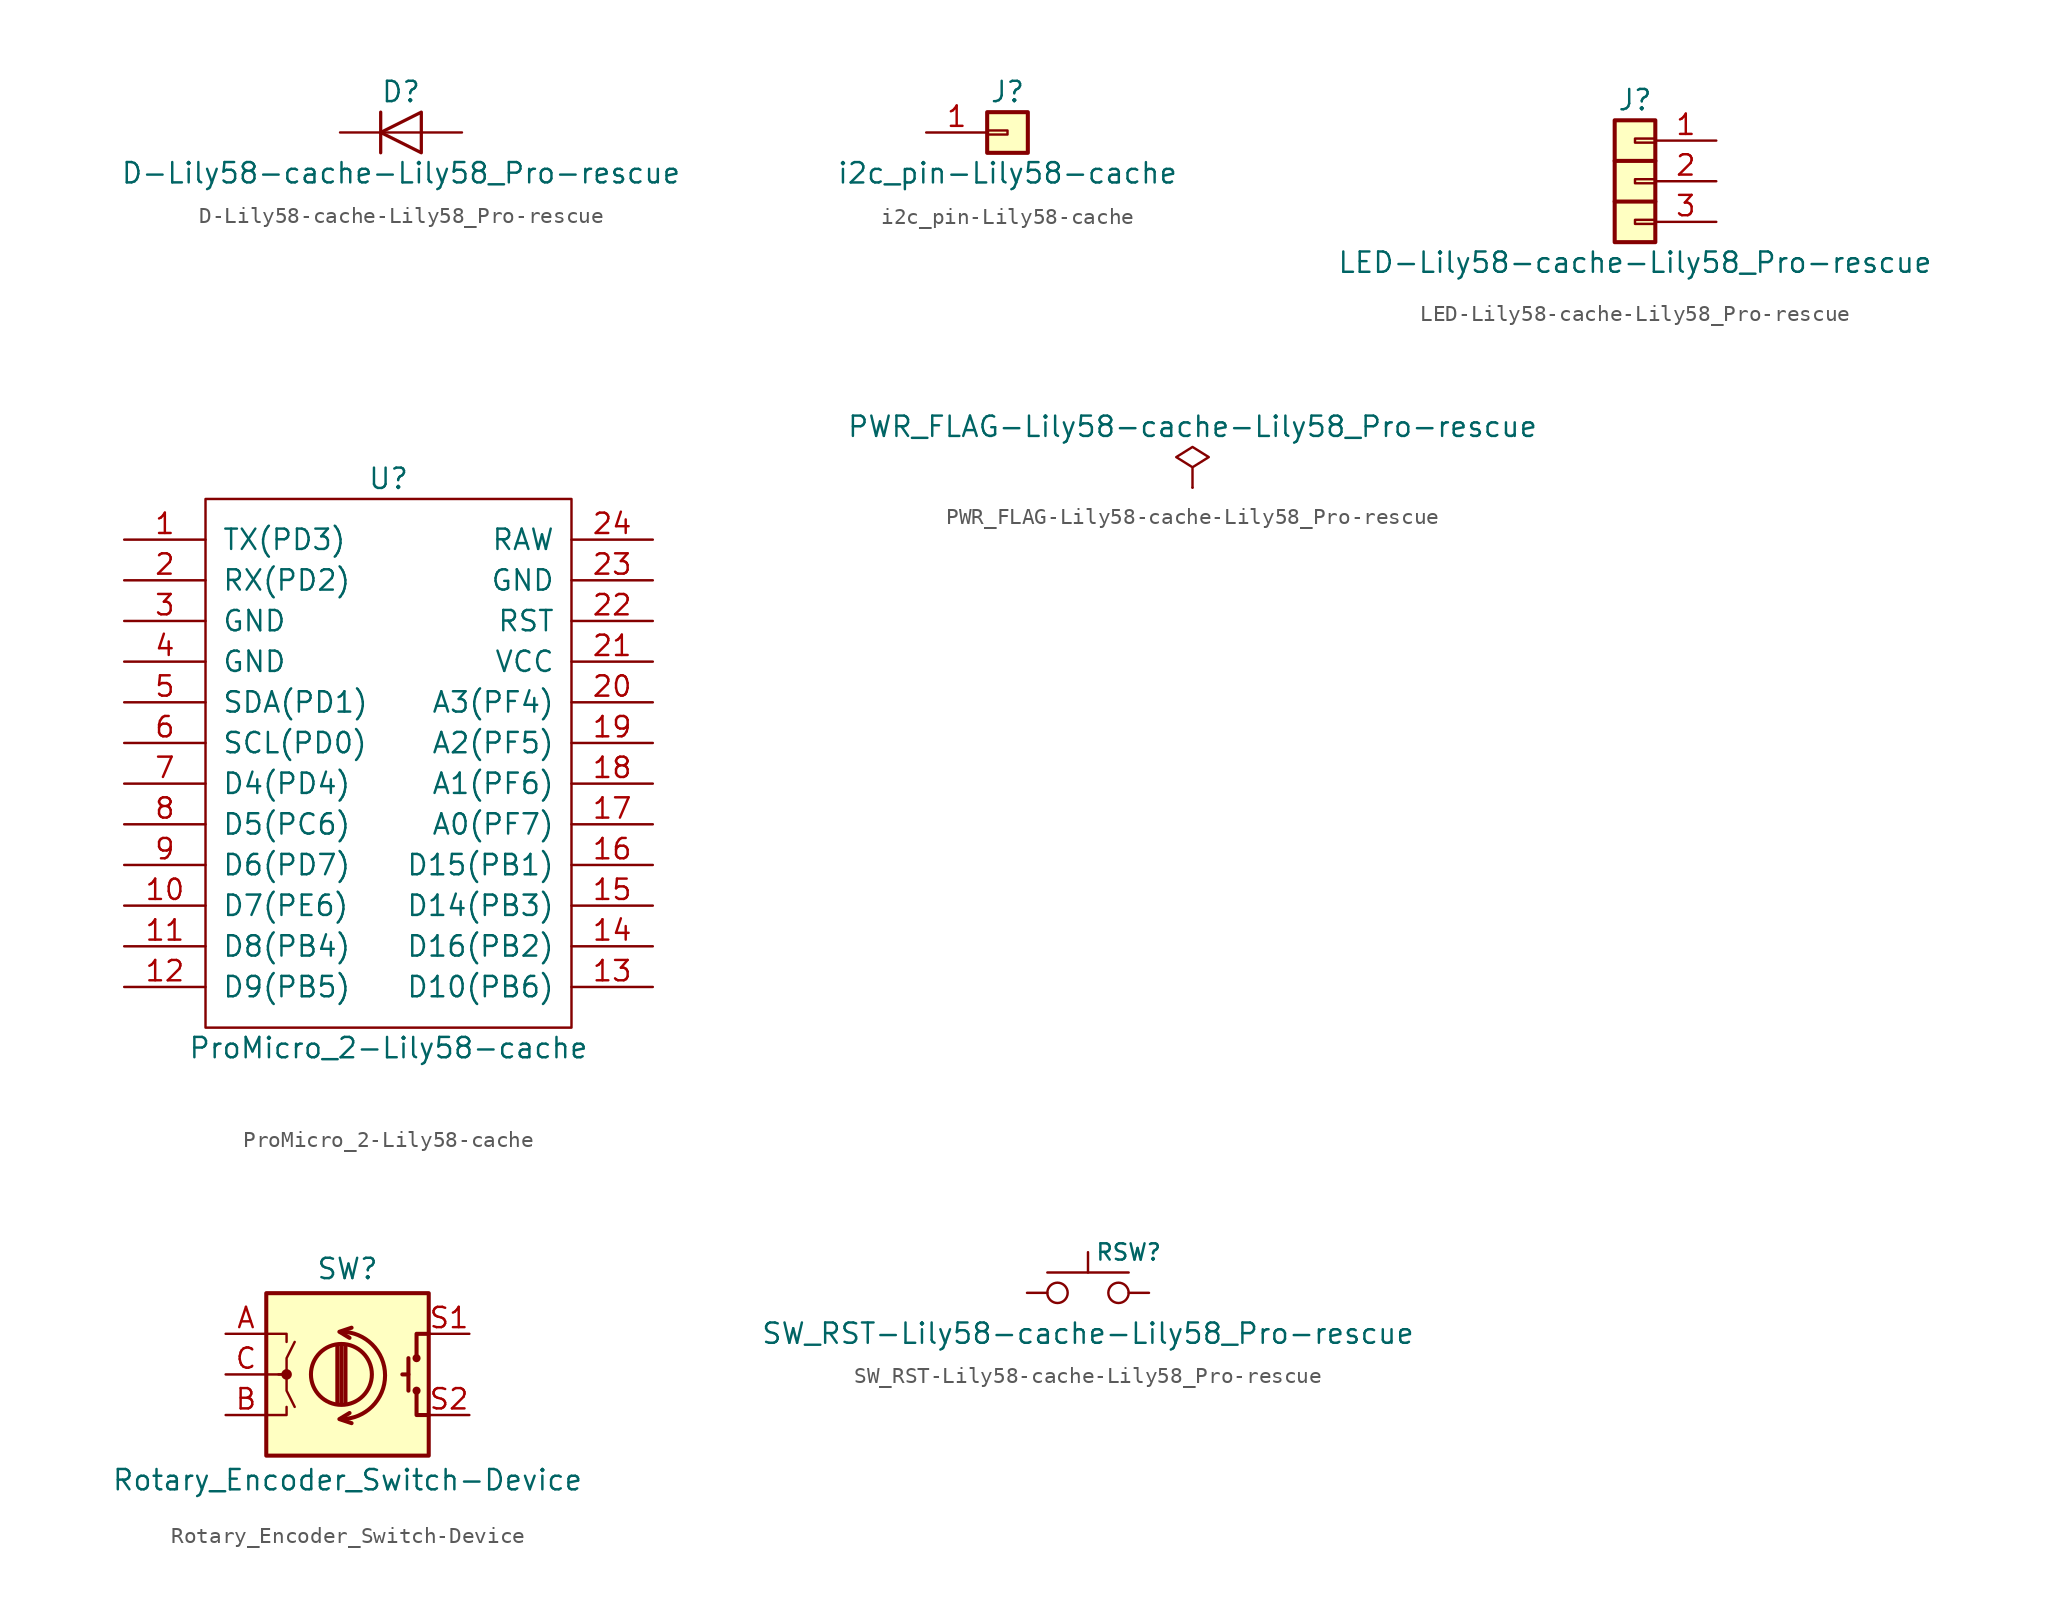
<source format=kicad_sym>
(kicad_symbol_lib
  (version 20211014)
  (generator kicad_symbol_editor)
  (symbol "D-Lily58-cache-Lily58_Pro-rescue"
    (pin_numbers hide)
    (pin_names
      (offset 1.016) hide)
    (property "Reference" "D"
      (at 0 2.54 0)
      (effects (font (size 1.27 1.27))))
    (property "Value" "D-Lily58-cache-Lily58_Pro-rescue"
      (at 0 -2.54 0)
      (effects (font (size 1.27 1.27))))
    (symbol "D-Lily58-cache-Lily58_Pro-rescue_0_1"
      (polyline (pts (xy -1.27 1.27) (xy -1.27 -1.27)) (stroke (width 0.203) (type default) (color 0 0 0 0)) (fill (type none)))
      (polyline (pts (xy 1.27 0) (xy -1.27 0)) (stroke (width 0) (type default) (color 0 0 0 0)) (fill (type none)))
      (polyline (pts (xy 1.27 1.27) (xy 1.27 -1.27) (xy -1.27 0) (xy 1.27 1.27)) (stroke (width 0.203) (type default) (color 0 0 0 0)) (fill (type none))))
    (symbol "D-Lily58-cache-Lily58_Pro-rescue_1_1"
      (pin passive line (at -3.81 0 0) (length 2.54) (name "K" (effects (font (size 1.27 1.27)))) (number "1" (effects (font (size 1.27 1.27)))))
      (pin passive line (at 3.81 0 180) (length 2.54) (name "A" (effects (font (size 1.27 1.27)))) (number "2" (effects (font (size 1.27 1.27)))))))
  (symbol "i2c_pin-Lily58-cache"
    (pin_names
      (offset 1.016) hide)
    (property "Reference" "J"
      (at 0 2.54 0)
      (effects (font (size 1.27 1.27))))
    (property "Value" "i2c_pin-Lily58-cache"
      (at 0 -2.54 0)
      (effects (font (size 1.27 1.27))))
    (symbol "i2c_pin-Lily58-cache_1_1"
      (rectangle (start -1.27 0.127) (end 0 -0.127) (stroke (width 0.152) (type default) (color 0 0 0 0)) (fill (type none)))
      (rectangle (start -1.27 1.27) (end 1.27 -1.27) (stroke (width 0.254) (type default) (color 0 0 0 0)) (fill (type background)))
      (pin passive line (at -5.08 0 0) (length 3.81) (name "Pin_1" (effects (font (size 1.27 1.27)))) (number "1" (effects (font (size 1.27 1.27)))))))
  (symbol "LED-Lily58-cache-Lily58_Pro-rescue"
    (pin_names
      (offset 1.016) hide)
    (property "Reference" "J"
      (at 0 5.08 0)
      (effects (font (size 1.27 1.27))))
    (property "Value" "LED-Lily58-cache-Lily58_Pro-rescue"
      (at 0 -5.08 0)
      (effects (font (size 1.27 1.27))))
    (symbol "LED-Lily58-cache-Lily58_Pro-rescue_1_1"
      (rectangle (start -1.27 3.81) (end 1.27 -3.81) (stroke (width 0.254) (type default) (color 0 0 0 0)) (fill (type background)))
      (rectangle (start 0 -2.413) (end 1.27 -2.667) (stroke (width 0.152) (type default) (color 0 0 0 0)) (fill (type none)))
      (polyline (pts (xy -1.27 -1.27) (xy 1.27 -1.27)) (stroke (width 0.254) (type default) (color 0 0 0 0)) (fill (type none)))
      (polyline (pts (xy -1.27 1.27) (xy 1.27 1.27)) (stroke (width 0.254) (type default) (color 0 0 0 0)) (fill (type none)))
      (rectangle (start 0 0.127) (end 1.27 -0.127) (stroke (width 0.152) (type default) (color 0 0 0 0)) (fill (type none)))
      (rectangle (start 0 2.667) (end 1.27 2.413) (stroke (width 0.152) (type default) (color 0 0 0 0)) (fill (type none)))
      (pin passive line (at 5.08 2.54 180) (length 3.81) (name "Pin_1" (effects (font (size 1.27 1.27)))) (number "1" (effects (font (size 1.27 1.27)))))
      (pin passive line (at 5.08 0 180) (length 3.81) (name "Pin_2" (effects (font (size 1.27 1.27)))) (number "2" (effects (font (size 1.27 1.27)))))
      (pin passive line (at 5.08 -2.54 180) (length 3.81) (name "Pin_3" (effects (font (size 1.27 1.27)))) (number "3" (effects (font (size 1.27 1.27)))))))
  (symbol "ProMicro_2-Lily58-cache"
    (pin_names
      (offset 1.016))
    (property "Reference" "U"
      (at 0 17.78 0)
      (effects (font (size 1.27 1.27))))
    (property "Value" "ProMicro_2-Lily58-cache"
      (at 0 -17.78 0)
      (effects (font (size 1.27 1.27))))
    (symbol "ProMicro_2-Lily58-cache_0_1"
      (rectangle (start -11.43 16.51) (end 11.43 -16.51) (stroke (width 0) (type default) (color 0 0 0 0)) (fill (type none))))
    (symbol "ProMicro_2-Lily58-cache_1_1"
      (pin input line (at -16.51 13.97 0) (length 5.08) (name "TX(PD3)" (effects (font (size 1.27 1.27)))) (number "1" (effects (font (size 1.27 1.27)))))
      (pin input line (at -16.51 -8.89 0) (length 5.08) (name "D7(PE6)" (effects (font (size 1.27 1.27)))) (number "10" (effects (font (size 1.27 1.27)))))
      (pin input line (at -16.51 -11.43 0) (length 5.08) (name "D8(PB4)" (effects (font (size 1.27 1.27)))) (number "11" (effects (font (size 1.27 1.27)))))
      (pin input line (at -16.51 -13.97 0) (length 5.08) (name "D9(PB5)" (effects (font (size 1.27 1.27)))) (number "12" (effects (font (size 1.27 1.27)))))
      (pin input line (at 16.51 -13.97 180) (length 5.08) (name "D10(PB6)" (effects (font (size 1.27 1.27)))) (number "13" (effects (font (size 1.27 1.27)))))
      (pin input line (at 16.51 -11.43 180) (length 5.08) (name "D16(PB2)" (effects (font (size 1.27 1.27)))) (number "14" (effects (font (size 1.27 1.27)))))
      (pin input line (at 16.51 -8.89 180) (length 5.08) (name "D14(PB3)" (effects (font (size 1.27 1.27)))) (number "15" (effects (font (size 1.27 1.27)))))
      (pin input line (at 16.51 -6.35 180) (length 5.08) (name "D15(PB1)" (effects (font (size 1.27 1.27)))) (number "16" (effects (font (size 1.27 1.27)))))
      (pin input line (at 16.51 -3.81 180) (length 5.08) (name "A0(PF7)" (effects (font (size 1.27 1.27)))) (number "17" (effects (font (size 1.27 1.27)))))
      (pin input line (at 16.51 -1.27 180) (length 5.08) (name "A1(PF6)" (effects (font (size 1.27 1.27)))) (number "18" (effects (font (size 1.27 1.27)))))
      (pin input line (at 16.51 1.27 180) (length 5.08) (name "A2(PF5)" (effects (font (size 1.27 1.27)))) (number "19" (effects (font (size 1.27 1.27)))))
      (pin input line (at -16.51 11.43 0) (length 5.08) (name "RX(PD2)" (effects (font (size 1.27 1.27)))) (number "2" (effects (font (size 1.27 1.27)))))
      (pin input line (at 16.51 3.81 180) (length 5.08) (name "A3(PF4)" (effects (font (size 1.27 1.27)))) (number "20" (effects (font (size 1.27 1.27)))))
      (pin input line (at 16.51 6.35 180) (length 5.08) (name "VCC" (effects (font (size 1.27 1.27)))) (number "21" (effects (font (size 1.27 1.27)))))
      (pin input line (at 16.51 8.89 180) (length 5.08) (name "RST" (effects (font (size 1.27 1.27)))) (number "22" (effects (font (size 1.27 1.27)))))
      (pin input line (at 16.51 11.43 180) (length 5.08) (name "GND" (effects (font (size 1.27 1.27)))) (number "23" (effects (font (size 1.27 1.27)))))
      (pin input line (at 16.51 13.97 180) (length 5.08) (name "RAW" (effects (font (size 1.27 1.27)))) (number "24" (effects (font (size 1.27 1.27)))))
      (pin input line (at -16.51 8.89 0) (length 5.08) (name "GND" (effects (font (size 1.27 1.27)))) (number "3" (effects (font (size 1.27 1.27)))))
      (pin input line (at -16.51 6.35 0) (length 5.08) (name "GND" (effects (font (size 1.27 1.27)))) (number "4" (effects (font (size 1.27 1.27)))))
      (pin input line (at -16.51 3.81 0) (length 5.08) (name "SDA(PD1)" (effects (font (size 1.27 1.27)))) (number "5" (effects (font (size 1.27 1.27)))))
      (pin input line (at -16.51 1.27 0) (length 5.08) (name "SCL(PD0)" (effects (font (size 1.27 1.27)))) (number "6" (effects (font (size 1.27 1.27)))))
      (pin input line (at -16.51 -1.27 0) (length 5.08) (name "D4(PD4)" (effects (font (size 1.27 1.27)))) (number "7" (effects (font (size 1.27 1.27)))))
      (pin input line (at -16.51 -3.81 0) (length 5.08) (name "D5(PC6)" (effects (font (size 1.27 1.27)))) (number "8" (effects (font (size 1.27 1.27)))))
      (pin input line (at -16.51 -6.35 0) (length 5.08) (name "D6(PD7)" (effects (font (size 1.27 1.27)))) (number "9" (effects (font (size 1.27 1.27)))))))
  (symbol "PWR_FLAG-Lily58-cache-Lily58_Pro-rescue"
    (power)
    (pin_numbers hide)
    (pin_names
      (offset 0) hide)
    (property "Reference" "#FLG"
      (at 0 0 0)
      (effects (font (size 1.27 1.27)) hide))
    (property "Value" "PWR_FLAG-Lily58-cache-Lily58_Pro-rescue"
      (at 0 3.81 0)
      (effects (font (size 1.27 1.27))))
    (symbol "PWR_FLAG-Lily58-cache-Lily58_Pro-rescue_0_0"
      (pin power_out line (at 0 0 90) (length 0) (name "pwr" (effects (font (size 1.27 1.27)))) (number "1" (effects (font (size 1.27 1.27))))))
    (symbol "PWR_FLAG-Lily58-cache-Lily58_Pro-rescue_0_1"
      (polyline (pts (xy 0 0) (xy 0 1.27) (xy -1.016 1.905) (xy 0 2.54) (xy 1.016 1.905) (xy 0 1.27)) (stroke (width 0) (type default) (color 0 0 0 0)) (fill (type none)))))
  (symbol "Rotary_Encoder_Switch-Device"
    (pin_names
      (offset 0.254) hide)
    (property "Reference" "SW"
      (at 0 6.604 0)
      (effects (font (size 1.27 1.27))))
    (property "Value" "Rotary_Encoder_Switch-Device"
      (at 0 -6.604 0)
      (effects (font (size 1.27 1.27))))
    (symbol "Rotary_Encoder_Switch-Device_0_1"
      (rectangle (start -5.08 5.08) (end 5.08 -5.08) (stroke (width 0.254) (type default) (color 0 0 0 0)) (fill (type background)))
      (circle (center -3.81 0) (radius 0.254) (stroke (width 0) (type default) (color 0 0 0 0)) (fill (type outline)))
      (arc (start -0.381 -2.794) (mid 2.3622 -0.0508) (end -0.381 2.667) (stroke (width 0.254) (type default) (color 0 0 0 0)) (fill (type none)))
      (circle (center -0.381 0) (radius 1.905) (stroke (width 0.254) (type default) (color 0 0 0 0)) (fill (type none)))
      (polyline (pts (xy -0.635 -1.778) (xy -0.635 1.778)) (stroke (width 0.254) (type default) (color 0 0 0 0)) (fill (type none)))
      (polyline (pts (xy -0.381 -1.778) (xy -0.381 1.778)) (stroke (width 0.254) (type default) (color 0 0 0 0)) (fill (type none)))
      (polyline (pts (xy -0.127 1.778) (xy -0.127 -1.778)) (stroke (width 0.254) (type default) (color 0 0 0 0)) (fill (type none)))
      (polyline (pts (xy 3.81 0) (xy 3.429 0)) (stroke (width 0.254) (type default) (color 0 0 0 0)) (fill (type none)))
      (polyline (pts (xy 3.81 1.016) (xy 3.81 -1.016)) (stroke (width 0.254) (type default) (color 0 0 0 0)) (fill (type none)))
      (polyline (pts (xy -5.08 -2.54) (xy -3.81 -2.54) (xy -3.81 -2.032)) (stroke (width 0) (type default) (color 0 0 0 0)) (fill (type none)))
      (polyline (pts (xy -5.08 2.54) (xy -3.81 2.54) (xy -3.81 2.032)) (stroke (width 0) (type default) (color 0 0 0 0)) (fill (type none)))
      (polyline (pts (xy 0.254 -3.048) (xy -0.508 -2.794) (xy 0.127 -2.413)) (stroke (width 0.254) (type default) (color 0 0 0 0)) (fill (type none)))
      (polyline (pts (xy 0.254 2.921) (xy -0.508 2.667) (xy 0.127 2.286)) (stroke (width 0.254) (type default) (color 0 0 0 0)) (fill (type none)))
      (polyline (pts (xy 5.08 -2.54) (xy 4.318 -2.54) (xy 4.318 -1.016)) (stroke (width 0.254) (type default) (color 0 0 0 0)) (fill (type none)))
      (polyline (pts (xy 5.08 2.54) (xy 4.318 2.54) (xy 4.318 1.016)) (stroke (width 0.254) (type default) (color 0 0 0 0)) (fill (type none)))
      (polyline (pts (xy -5.08 0) (xy -3.81 0) (xy -3.81 -1.016) (xy -3.302 -2.032)) (stroke (width 0) (type default) (color 0 0 0 0)) (fill (type none)))
      (polyline (pts (xy -4.318 0) (xy -3.81 0) (xy -3.81 1.016) (xy -3.302 2.032)) (stroke (width 0) (type default) (color 0 0 0 0)) (fill (type none)))
      (circle (center 4.318 -1.016) (radius 0.127) (stroke (width 0.254) (type default) (color 0 0 0 0)) (fill (type none)))
      (circle (center 4.318 1.016) (radius 0.127) (stroke (width 0.254) (type default) (color 0 0 0 0)) (fill (type none))))
    (symbol "Rotary_Encoder_Switch-Device_1_1"
      (pin passive line (at -7.62 2.54 0) (length 2.54) (name "A" (effects (font (size 1.27 1.27)))) (number "A" (effects (font (size 1.27 1.27)))))
      (pin passive line (at -7.62 -2.54 0) (length 2.54) (name "B" (effects (font (size 1.27 1.27)))) (number "B" (effects (font (size 1.27 1.27)))))
      (pin passive line (at -7.62 0 0) (length 2.54) (name "C" (effects (font (size 1.27 1.27)))) (number "C" (effects (font (size 1.27 1.27)))))
      (pin passive line (at 7.62 2.54 180) (length 2.54) (name "S1" (effects (font (size 1.27 1.27)))) (number "S1" (effects (font (size 1.27 1.27)))))
      (pin passive line (at 7.62 -2.54 180) (length 2.54) (name "S2" (effects (font (size 1.27 1.27)))) (number "S2" (effects (font (size 1.27 1.27)))))))
  (symbol "SW_RST-Lily58-cache-Lily58_Pro-rescue"
    (pin_numbers hide)
    (pin_names
      (offset 1.016) hide)
    (property "Reference" "RSW"
      (at 2.54 2.54 0)
      (effects (font (size 1.016 1.016))))
    (property "Value" "SW_RST-Lily58-cache-Lily58_Pro-rescue"
      (at 0 -2.54 0)
      (effects (font (size 1.27 1.27))))
    (symbol "SW_RST-Lily58-cache-Lily58_Pro-rescue_0_1"
      (polyline (pts (xy -2.54 1.27) (xy 2.54 1.27)) (stroke (width 0) (type default) (color 0 0 0 0)) (fill (type none)))
      (polyline (pts (xy 0 2.54) (xy 0 1.27)) (stroke (width 0) (type default) (color 0 0 0 0)) (fill (type none)))
      (pin passive inverted (at -3.81 0 0) (length 2.54) (name "1" (effects (font (size 1.27 1.27)))) (number "1" (effects (font (size 1.27 1.27)))))
      (pin passive inverted (at 3.81 0 180) (length 2.54) (name "2" (effects (font (size 1.27 1.27)))) (number "2" (effects (font (size 1.27 1.27))))))))
</source>
